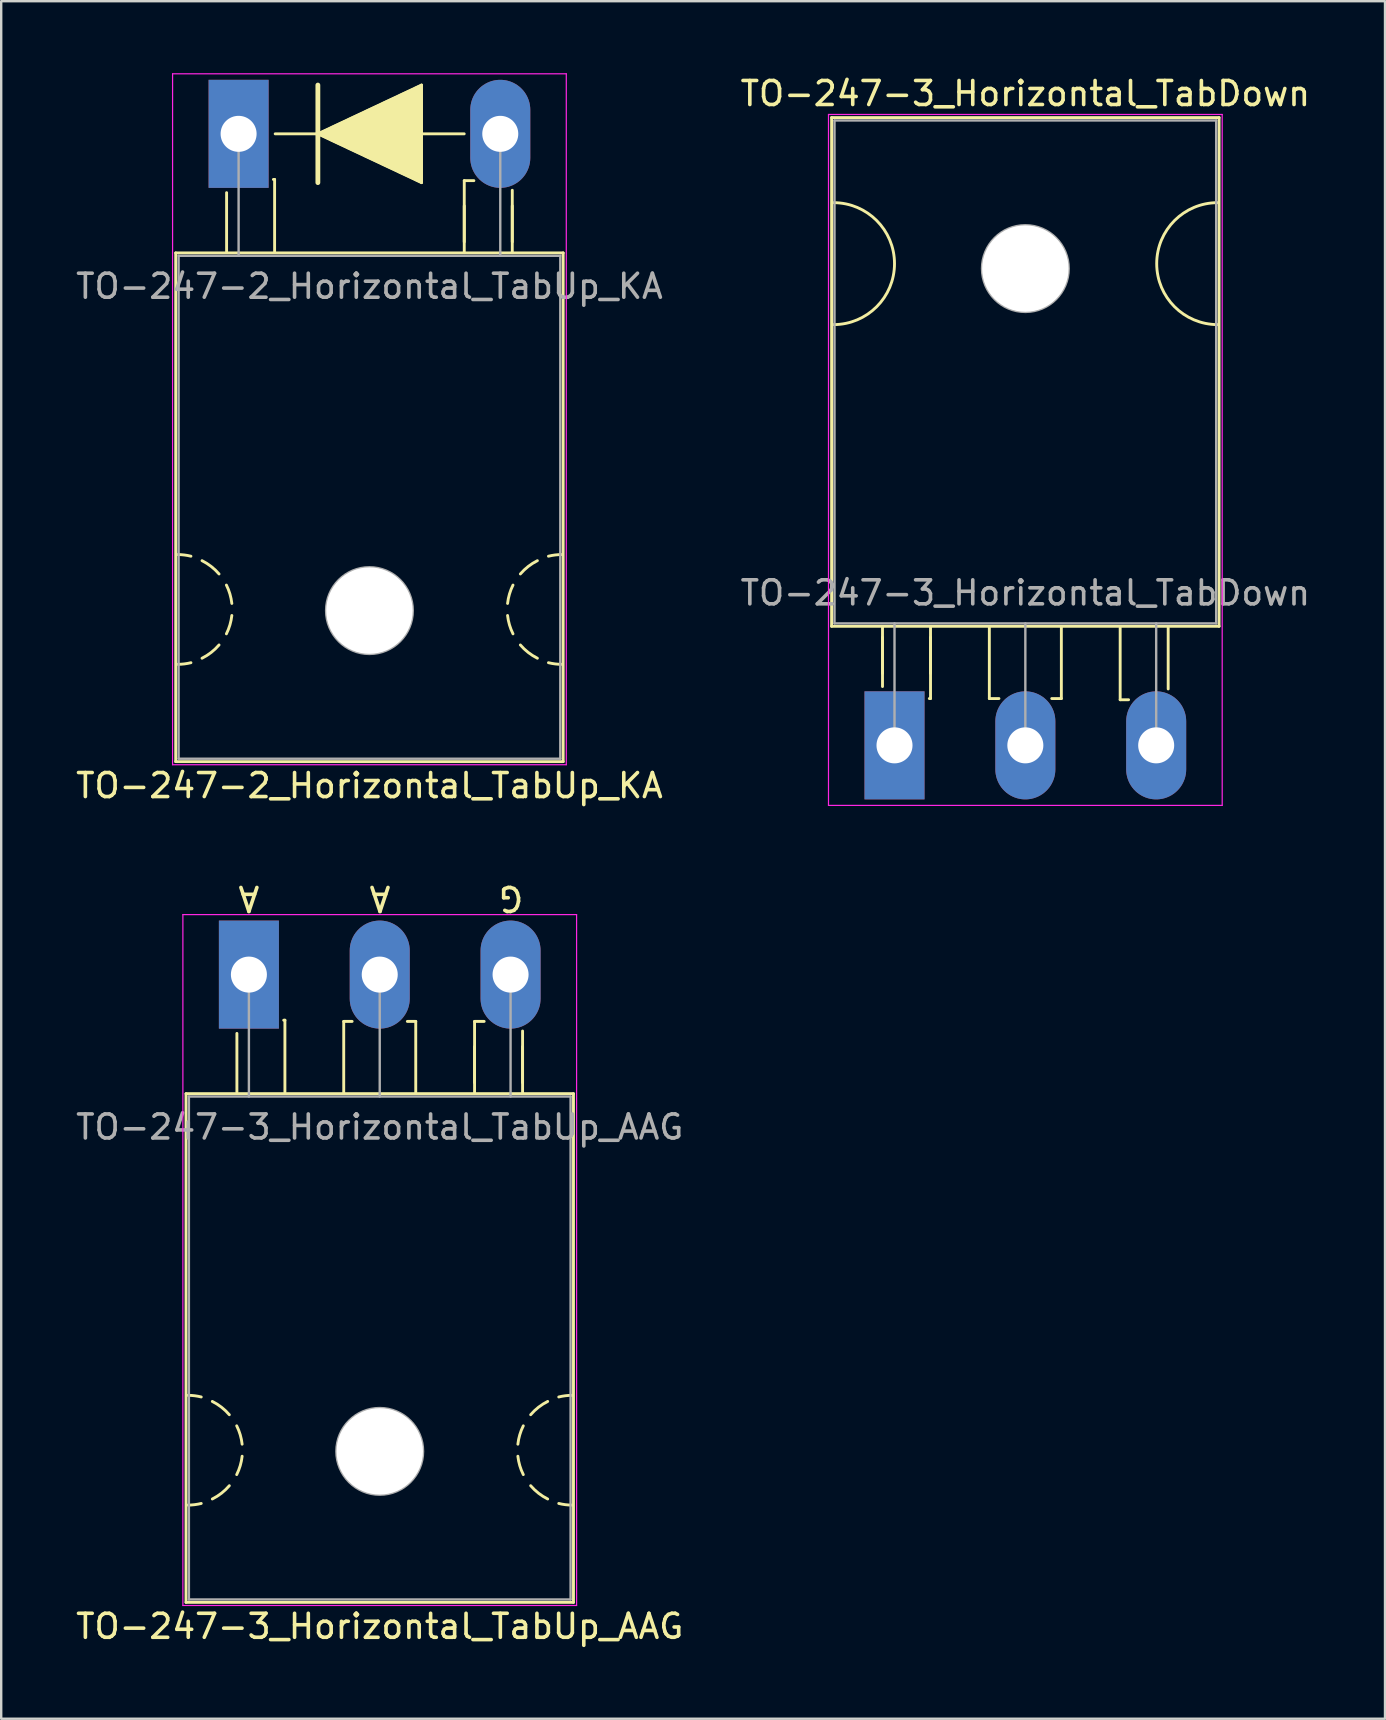
<source format=kicad_pcb>
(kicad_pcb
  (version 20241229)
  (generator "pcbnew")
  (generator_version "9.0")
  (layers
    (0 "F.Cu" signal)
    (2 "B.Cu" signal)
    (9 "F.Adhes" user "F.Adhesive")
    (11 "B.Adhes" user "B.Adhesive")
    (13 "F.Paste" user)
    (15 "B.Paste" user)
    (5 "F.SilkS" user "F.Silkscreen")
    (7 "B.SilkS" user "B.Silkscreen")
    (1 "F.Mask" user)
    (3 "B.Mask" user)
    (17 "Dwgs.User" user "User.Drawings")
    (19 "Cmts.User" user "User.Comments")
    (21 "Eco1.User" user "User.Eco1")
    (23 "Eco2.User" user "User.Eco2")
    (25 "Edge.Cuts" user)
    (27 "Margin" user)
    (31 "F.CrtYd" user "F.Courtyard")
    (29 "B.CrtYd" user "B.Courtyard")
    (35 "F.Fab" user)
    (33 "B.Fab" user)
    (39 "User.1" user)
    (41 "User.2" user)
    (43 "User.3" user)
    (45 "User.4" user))
  (footprint "TO-247-2_Horizontal_TabUp_KA"
    (layer "F.Cu")
    (at 6.889 2.525)
    (property "Reference" "TO-247-2_Horizontal_TabUp_KA" (at 5.45 27.15 0) (layer "F.SilkS") (effects (font (size 1 1) (thickness 0.15))))
    (fp_line (start -2.62 4.96) (end -2.62 26.15) (stroke (width 0.12) (type solid)) (layer "F.SilkS"))
    (fp_line (start -2.62 4.96) (end 13.52 4.96) (stroke (width 0.12) (type solid)) (layer "F.SilkS"))
    (fp_line (start -2.62 26.15) (end 13.52 26.15) (stroke (width 0.12) (type solid)) (layer "F.SilkS"))
    (fp_line (start -0.5 4.9) (end -0.5 2.45) (stroke (width 0.12) (type solid)) (layer "F.SilkS"))
    (fp_line (start 1.5 1.9) (end 1.45 1.9) (stroke (width 0.12) (type solid)) (layer "F.SilkS"))
    (fp_line (start 1.5 4.9) (end 1.5 1.9) (stroke (width 0.12) (type solid)) (layer "F.SilkS"))
    (fp_line (start 1.524 0) (end 3.302 0) (stroke (width 0.12) (type solid)) (layer "F.SilkS"))
    (fp_line (start 3.302 0) (end 3.302 -2.032) (stroke (width 0.2) (type solid)) (layer "F.SilkS"))
    (fp_line (start 3.302 0) (end 7.62 -2.032) (stroke (width 0.12) (type solid)) (layer "F.SilkS"))
    (fp_line (start 3.302 2.032) (end 3.302 0) (stroke (width 0.2) (type solid)) (layer "F.SilkS"))
    (fp_line (start 7.62 -2.032) (end 7.62 2.032) (stroke (width 0.12) (type solid)) (layer "F.SilkS"))
    (fp_line (start 7.62 0) (end 9.398 0) (stroke (width 0.12) (type solid)) (layer "F.SilkS"))
    (fp_line (start 7.62 2.032) (end 3.302 0) (stroke (width 0.12) (type solid)) (layer "F.SilkS"))
    (fp_line (start 9.4 1.95) (end 9.8 1.95) (stroke (width 0.12) (type solid)) (layer "F.SilkS"))
    (fp_line (start 9.4 4.5) (end 9.4 3) (stroke (width 0.12) (type solid)) (layer "F.SilkS"))
    (fp_line (start 9.4 4.95) (end 9.4 1.95) (stroke (width 0.12) (type solid)) (layer "F.SilkS"))
    (fp_line (start 11.4 4.5) (end 11.4 3) (stroke (width 0.12) (type solid)) (layer "F.SilkS"))
    (fp_line (start 11.4 4.95) (end 11.4 2.35) (stroke (width 0.12) (type solid)) (layer "F.SilkS"))
    (fp_line (start 13.52 4.96) (end 13.52 26.15) (stroke (width 0.12) (type solid)) (layer "F.SilkS"))
    (fp_arc (start -2.54 17.526) (mid -2.260689 17.543128) (end -1.985564 17.594254) (stroke (width 0.12) (type solid)) (layer "F.SilkS"))
    (fp_arc (start -1.985564 22.029746) (mid -2.260689 22.080872) (end -2.54 22.098) (stroke (width 0.12) (type solid)) (layer "F.SilkS"))
    (fp_arc (start -1.524001 17.780001) (mid -1.14188 18.02132) (end -0.815088 18.333504) (stroke (width 0.12) (type solid)) (layer "F.SilkS"))
    (fp_arc (start -0.815087 21.290497) (mid -1.141879 21.60268) (end -1.524 21.844) (stroke (width 0.12) (type solid)) (layer "F.SilkS"))
    (fp_arc (start -0.508001 18.796001) (mid -0.361178 19.168563) (end -0.282051 19.561117) (stroke (width 0.12) (type solid)) (layer "F.SilkS"))
    (fp_arc (start -0.282051 20.062883) (mid -0.361178 20.455437) (end -0.508001 20.827999) (stroke (width 0.12) (type solid)) (layer "F.SilkS"))
    (fp_arc (start 11.204051 19.561117) (mid 11.283178 19.168563) (end 11.430001 18.796001) (stroke (width 0.12) (type solid)) (layer "F.SilkS"))
    (fp_arc (start 11.430001 20.827999) (mid 11.283178 20.455437) (end 11.204051 20.062883) (stroke (width 0.12) (type solid)) (layer "F.SilkS"))
    (fp_arc (start 11.737087 18.333503) (mid 12.063879 18.02132) (end 12.446 17.78) (stroke (width 0.12) (type solid)) (layer "F.SilkS"))
    (fp_arc (start 12.446001 21.843999) (mid 12.06388 21.60268) (end 11.737088 21.290496) (stroke (width 0.12) (type solid)) (layer "F.SilkS"))
    (fp_arc (start 12.907564 17.594254) (mid 13.182689 17.543128) (end 13.462 17.526) (stroke (width 0.12) (type solid)) (layer "F.SilkS"))
    (fp_arc (start 13.462 22.098) (mid 13.182689 22.080872) (end 12.907564 22.029746) (stroke (width 0.12) (type solid)) (layer "F.SilkS"))
    (fp_poly (pts (xy 7.62 2.032) (xy 3.302 0) (xy 7.62 -2.032)) (stroke (width 0.1) (type solid)) (fill yes) (layer "F.SilkS"))
    (fp_line (start -2.75 -2.5) (end -2.75 26.28) (stroke (width 0.05) (type solid)) (layer "F.CrtYd"))
    (fp_line (start -2.75 26.28) (end 13.65 26.28) (stroke (width 0.05) (type solid)) (layer "F.CrtYd"))
    (fp_line (start 13.65 -2.5) (end -2.75 -2.5) (stroke (width 0.05) (type solid)) (layer "F.CrtYd"))
    (fp_line (start 13.65 26.28) (end 13.65 -2.5) (stroke (width 0.05) (type solid)) (layer "F.CrtYd"))
    (fp_line (start -2.5 5.08) (end -2.5 26.03) (stroke (width 0.1) (type solid)) (layer "F.Fab"))
    (fp_line (start -2.5 26.03) (end 13.4 26.03) (stroke (width 0.1) (type solid)) (layer "F.Fab"))
    (fp_line (start 0 5.08) (end 0 0) (stroke (width 0.1) (type solid)) (layer "F.Fab"))
    (fp_line (start 10.9 5.08) (end 10.9 0) (stroke (width 0.1) (type solid)) (layer "F.Fab"))
    (fp_line (start 13.4 5.08) (end -2.5 5.08) (stroke (width 0.1) (type solid)) (layer "F.Fab"))
    (fp_line (start 13.4 26.03) (end 13.4 5.08) (stroke (width 0.1) (type solid)) (layer "F.Fab"))
    (fp_circle (center 5.45 19.86) (end 7.255 19.86) (stroke (width 0.1) (type solid)) (fill no) (layer "F.Fab"))
    (fp_text user "${REFERENCE}" (at 5.45 6.35 0) (layer "F.Fab") (effects (font (size 1 1) (thickness 0.15))))
    (pad "" np_thru_hole oval (at 5.45 19.86) (size 3.6 3.6) (drill 3.6) (layers "*.Cu" "*.Mask"))
    (pad "1" thru_hole rect (at 0 0) (size 2.5 4.5) (drill 1.5) (layers "*.Cu" "*.Mask"))
    (pad "2" thru_hole oval (at 10.9 0) (size 2.5 4.5) (drill 1.5) (layers "*.Cu" "*.Mask")))
  (footprint "TO-247-3_Horizontal_TabUp_AAG"
    (layer "F.Cu")
    (at 7.318 37.547)
    (property "Reference" "TO-247-3_Horizontal_TabUp_AAG" (at 5.45 27.15 0) (layer "F.SilkS") (effects (font (size 1 1) (thickness 0.15))))
    (fp_line (start -2.62 4.96) (end -2.62 26.15) (stroke (width 0.12) (type solid)) (layer "F.SilkS"))
    (fp_line (start -2.62 4.96) (end 13.52 4.96) (stroke (width 0.12) (type solid)) (layer "F.SilkS"))
    (fp_line (start -2.62 26.15) (end 13.52 26.15) (stroke (width 0.12) (type solid)) (layer "F.SilkS"))
    (fp_line (start -0.5 4.9) (end -0.5 2.45) (stroke (width 0.12) (type solid)) (layer "F.SilkS"))
    (fp_line (start 1.5 1.9) (end 1.45 1.9) (stroke (width 0.12) (type solid)) (layer "F.SilkS"))
    (fp_line (start 1.5 4.9) (end 1.5 1.9) (stroke (width 0.12) (type solid)) (layer "F.SilkS"))
    (fp_line (start 3.95 1.95) (end 4.3 1.95) (stroke (width 0.12) (type solid)) (layer "F.SilkS"))
    (fp_line (start 3.95 4.95) (end 3.95 1.95) (stroke (width 0.12) (type solid)) (layer "F.SilkS"))
    (fp_line (start 6.95 1.95) (end 6.6 1.95) (stroke (width 0.12) (type solid)) (layer "F.SilkS"))
    (fp_line (start 6.95 4.95) (end 6.95 1.95) (stroke (width 0.12) (type solid)) (layer "F.SilkS"))
    (fp_line (start 9.4 1.95) (end 9.8 1.95) (stroke (width 0.12) (type solid)) (layer "F.SilkS"))
    (fp_line (start 9.4 4.5) (end 9.4 3) (stroke (width 0.12) (type solid)) (layer "F.SilkS"))
    (fp_line (start 9.4 4.95) (end 9.4 1.95) (stroke (width 0.12) (type solid)) (layer "F.SilkS"))
    (fp_line (start 11.4 4.5) (end 11.4 3) (stroke (width 0.12) (type solid)) (layer "F.SilkS"))
    (fp_line (start 11.4 4.95) (end 11.4 2.35) (stroke (width 0.12) (type solid)) (layer "F.SilkS"))
    (fp_line (start 13.52 4.96) (end 13.52 26.15) (stroke (width 0.12) (type solid)) (layer "F.SilkS"))
    (fp_arc (start -2.54 17.526) (mid -2.260689 17.543128) (end -1.985564 17.594254) (stroke (width 0.12) (type solid)) (layer "F.SilkS"))
    (fp_arc (start -1.985564 22.029746) (mid -2.260689 22.080872) (end -2.54 22.098) (stroke (width 0.12) (type solid)) (layer "F.SilkS"))
    (fp_arc (start -1.524001 17.780001) (mid -1.14188 18.02132) (end -0.815088 18.333504) (stroke (width 0.12) (type solid)) (layer "F.SilkS"))
    (fp_arc (start -0.815087 21.290497) (mid -1.141879 21.60268) (end -1.524 21.844) (stroke (width 0.12) (type solid)) (layer "F.SilkS"))
    (fp_arc (start -0.508001 18.796001) (mid -0.361178 19.168563) (end -0.282051 19.561117) (stroke (width 0.12) (type solid)) (layer "F.SilkS"))
    (fp_arc (start -0.282051 20.062883) (mid -0.361178 20.455437) (end -0.508001 20.827999) (stroke (width 0.12) (type solid)) (layer "F.SilkS"))
    (fp_arc (start 11.204051 19.561117) (mid 11.283178 19.168563) (end 11.430001 18.796001) (stroke (width 0.12) (type solid)) (layer "F.SilkS"))
    (fp_arc (start 11.430001 20.827999) (mid 11.283178 20.455437) (end 11.204051 20.062883) (stroke (width 0.12) (type solid)) (layer "F.SilkS"))
    (fp_arc (start 11.737087 18.333503) (mid 12.063879 18.02132) (end 12.446 17.78) (stroke (width 0.12) (type solid)) (layer "F.SilkS"))
    (fp_arc (start 12.446001 21.843999) (mid 12.06388 21.60268) (end 11.737088 21.290496) (stroke (width 0.12) (type solid)) (layer "F.SilkS"))
    (fp_arc (start 12.907564 17.594254) (mid 13.182689 17.543128) (end 13.462 17.526) (stroke (width 0.12) (type solid)) (layer "F.SilkS"))
    (fp_arc (start 13.462 22.098) (mid 13.182689 22.080872) (end 12.907564 22.029746) (stroke (width 0.12) (type solid)) (layer "F.SilkS"))
    (fp_line (start -2.75 -2.5) (end -2.75 26.28) (stroke (width 0.05) (type solid)) (layer "F.CrtYd"))
    (fp_line (start -2.75 26.28) (end 13.65 26.28) (stroke (width 0.05) (type solid)) (layer "F.CrtYd"))
    (fp_line (start 13.65 -2.5) (end -2.75 -2.5) (stroke (width 0.05) (type solid)) (layer "F.CrtYd"))
    (fp_line (start 13.65 26.28) (end 13.65 -2.5) (stroke (width 0.05) (type solid)) (layer "F.CrtYd"))
    (fp_line (start -2.5 5.08) (end -2.5 26.03) (stroke (width 0.1) (type solid)) (layer "F.Fab"))
    (fp_line (start -2.5 26.03) (end 13.4 26.03) (stroke (width 0.1) (type solid)) (layer "F.Fab"))
    (fp_line (start 0 5.08) (end 0 0) (stroke (width 0.1) (type solid)) (layer "F.Fab"))
    (fp_line (start 5.45 5.08) (end 5.45 0) (stroke (width 0.1) (type solid)) (layer "F.Fab"))
    (fp_line (start 10.9 5.08) (end 10.9 0) (stroke (width 0.1) (type solid)) (layer "F.Fab"))
    (fp_line (start 13.4 5.08) (end -2.5 5.08) (stroke (width 0.1) (type solid)) (layer "F.Fab"))
    (fp_line (start 13.4 26.03) (end 13.4 5.08) (stroke (width 0.1) (type solid)) (layer "F.Fab"))
    (fp_circle (center 5.45 19.86) (end 7.255 19.86) (stroke (width 0.1) (type solid)) (fill no) (layer "F.Fab"))
    (fp_text user "G" (at 10.922 -3.175 180) (unlocked yes) (layer "F.SilkS") (effects (font (size 1 1) (thickness 0.15))))
    (fp_text user "A" (at 5.461 -3.175 180) (unlocked yes) (layer "F.SilkS") (effects (font (size 1 1) (thickness 0.15))))
    (fp_text user "A" (at 0 -3.175 180) (unlocked yes) (layer "F.SilkS") (effects (font (size 1 1) (thickness 0.15))))
    (fp_text user "${REFERENCE}" (at 5.45 6.35 0) (layer "F.Fab") (effects (font (size 1 1) (thickness 0.15))))
    (pad "" np_thru_hole oval (at 5.45 19.86) (size 3.6 3.6) (drill 3.6) (layers "*.Cu" "*.Mask"))
    (pad "1" thru_hole rect (at 0 0) (size 2.5 4.5) (drill 1.5) (layers "*.Cu" "*.Mask"))
    (pad "2" thru_hole oval (at 5.45 0) (size 2.5 4.5) (drill 1.5) (layers "*.Cu" "*.Mask"))
    (pad "3" thru_hole oval (at 10.9 0) (size 2.5 4.5) (drill 1.5) (layers "*.Cu" "*.Mask")))
  (footprint "TO-247-3_Horizontal_TabDown"
    (layer "F.Cu")
    (at 34.211 27.998)
    (property "Reference" "TO-247-3_Horizontal_TabDown" (at 5.45 -27.15 0) (layer "F.SilkS") (effects (font (size 1 1) (thickness 0.15))))
    (attr through_hole)
    (fp_line (start -2.62 -26.15) (end -2.62 -4.96) (stroke (width 0.12) (type solid)) (layer "F.SilkS"))
    (fp_line (start -2.62 -26.15) (end 13.52 -26.15) (stroke (width 0.12) (type solid)) (layer "F.SilkS"))
    (fp_line (start -2.62 -4.96) (end 13.52 -4.96) (stroke (width 0.12) (type solid)) (layer "F.SilkS"))
    (fp_line (start -0.5 -4.95) (end -0.5 -2.45) (stroke (width 0.12) (type solid)) (layer "F.SilkS"))
    (fp_line (start -0.5 -4.5) (end -0.5 -3) (stroke (width 0.12) (type solid)) (layer "F.SilkS"))
    (fp_line (start 1.5 -4.95) (end 1.5 -1.95) (stroke (width 0.12) (type solid)) (layer "F.SilkS"))
    (fp_line (start 1.5 -4.5) (end 1.5 -3) (stroke (width 0.12) (type solid)) (layer "F.SilkS"))
    (fp_line (start 1.5 -1.95) (end 1.45 -1.95) (stroke (width 0.12) (type solid)) (layer "F.SilkS"))
    (fp_line (start 3.95 -4.9) (end 3.95 -1.95) (stroke (width 0.12) (type solid)) (layer "F.SilkS"))
    (fp_line (start 3.95 -1.95) (end 4.35 -1.95) (stroke (width 0.12) (type solid)) (layer "F.SilkS"))
    (fp_line (start 6.95 -4.95) (end 6.95 -1.95) (stroke (width 0.12) (type solid)) (layer "F.SilkS"))
    (fp_line (start 6.95 -1.95) (end 6.55 -1.95) (stroke (width 0.12) (type solid)) (layer "F.SilkS"))
    (fp_line (start 9.4 -4.9) (end 9.4 -1.9) (stroke (width 0.12) (type solid)) (layer "F.SilkS"))
    (fp_line (start 9.4 -1.9) (end 9.75 -1.9) (stroke (width 0.12) (type solid)) (layer "F.SilkS"))
    (fp_line (start 11.4 -4.9) (end 11.4 -2.35) (stroke (width 0.12) (type solid)) (layer "F.SilkS"))
    (fp_line (start 13.52 -26.15) (end 13.52 -4.96) (stroke (width 0.12) (type solid)) (layer "F.SilkS"))
    (fp_arc (start -2.54 -22.606) (mid 0 -20.066) (end -2.54 -17.526) (stroke (width 0.12) (type solid)) (layer "F.SilkS"))
    (fp_arc (start 13.462 -17.526) (mid 10.922 -20.066) (end 13.462 -22.606) (stroke (width 0.12) (type solid)) (layer "F.SilkS"))
    (fp_line (start -2.75 -26.28) (end -2.75 2.5) (stroke (width 0.05) (type solid)) (layer "F.CrtYd"))
    (fp_line (start -2.75 2.5) (end 13.65 2.5) (stroke (width 0.05) (type solid)) (layer "F.CrtYd"))
    (fp_line (start 13.65 -26.28) (end -2.75 -26.28) (stroke (width 0.05) (type solid)) (layer "F.CrtYd"))
    (fp_line (start 13.65 2.5) (end 13.65 -26.28) (stroke (width 0.05) (type solid)) (layer "F.CrtYd"))
    (fp_line (start -2.5 -26.03) (end 13.4 -26.03) (stroke (width 0.1) (type solid)) (layer "F.Fab"))
    (fp_line (start -2.5 -5.08) (end -2.5 -26.03) (stroke (width 0.1) (type solid)) (layer "F.Fab"))
    (fp_line (start 0 -5.08) (end 0 0) (stroke (width 0.1) (type solid)) (layer "F.Fab"))
    (fp_line (start 5.45 -5.08) (end 5.45 0) (stroke (width 0.1) (type solid)) (layer "F.Fab"))
    (fp_line (start 10.9 -5.08) (end 10.9 0) (stroke (width 0.1) (type solid)) (layer "F.Fab"))
    (fp_line (start 13.4 -26.03) (end 13.4 -5.08) (stroke (width 0.1) (type solid)) (layer "F.Fab"))
    (fp_line (start 13.4 -5.08) (end -2.5 -5.08) (stroke (width 0.1) (type solid)) (layer "F.Fab"))
    (fp_circle (center 5.45 -19.86) (end 7.255 -19.86) (stroke (width 0.1) (type solid)) (fill no) (layer "F.Fab"))
    (fp_text user "${REFERENCE}" (at 5.45 -6.35 0) (layer "F.Fab") (effects (font (size 1 1) (thickness 0.15))))
    (pad "" np_thru_hole oval (at 5.45 -19.86) (size 3.6 3.6) (drill 3.6) (layers "*.Cu" "*.Mask"))
    (pad "1" thru_hole rect (at 0 0) (size 2.5 4.5) (drill 1.5) (layers "*.Cu" "*.Mask"))
    (pad "2" thru_hole oval (at 5.45 0) (size 2.5 4.5) (drill 1.5) (layers "*.Cu" "*.Mask"))
    (pad "3" thru_hole oval (at 10.9 0) (size 2.5 4.5) (drill 1.5) (layers "*.Cu" "*.Mask")))
  (gr_rect
    (start -3 -3)
    (end 54.643 68.545)
    (stroke (width 0.1) (type default))
    (fill no)
    (layer "Edge.Cuts")))
</source>
